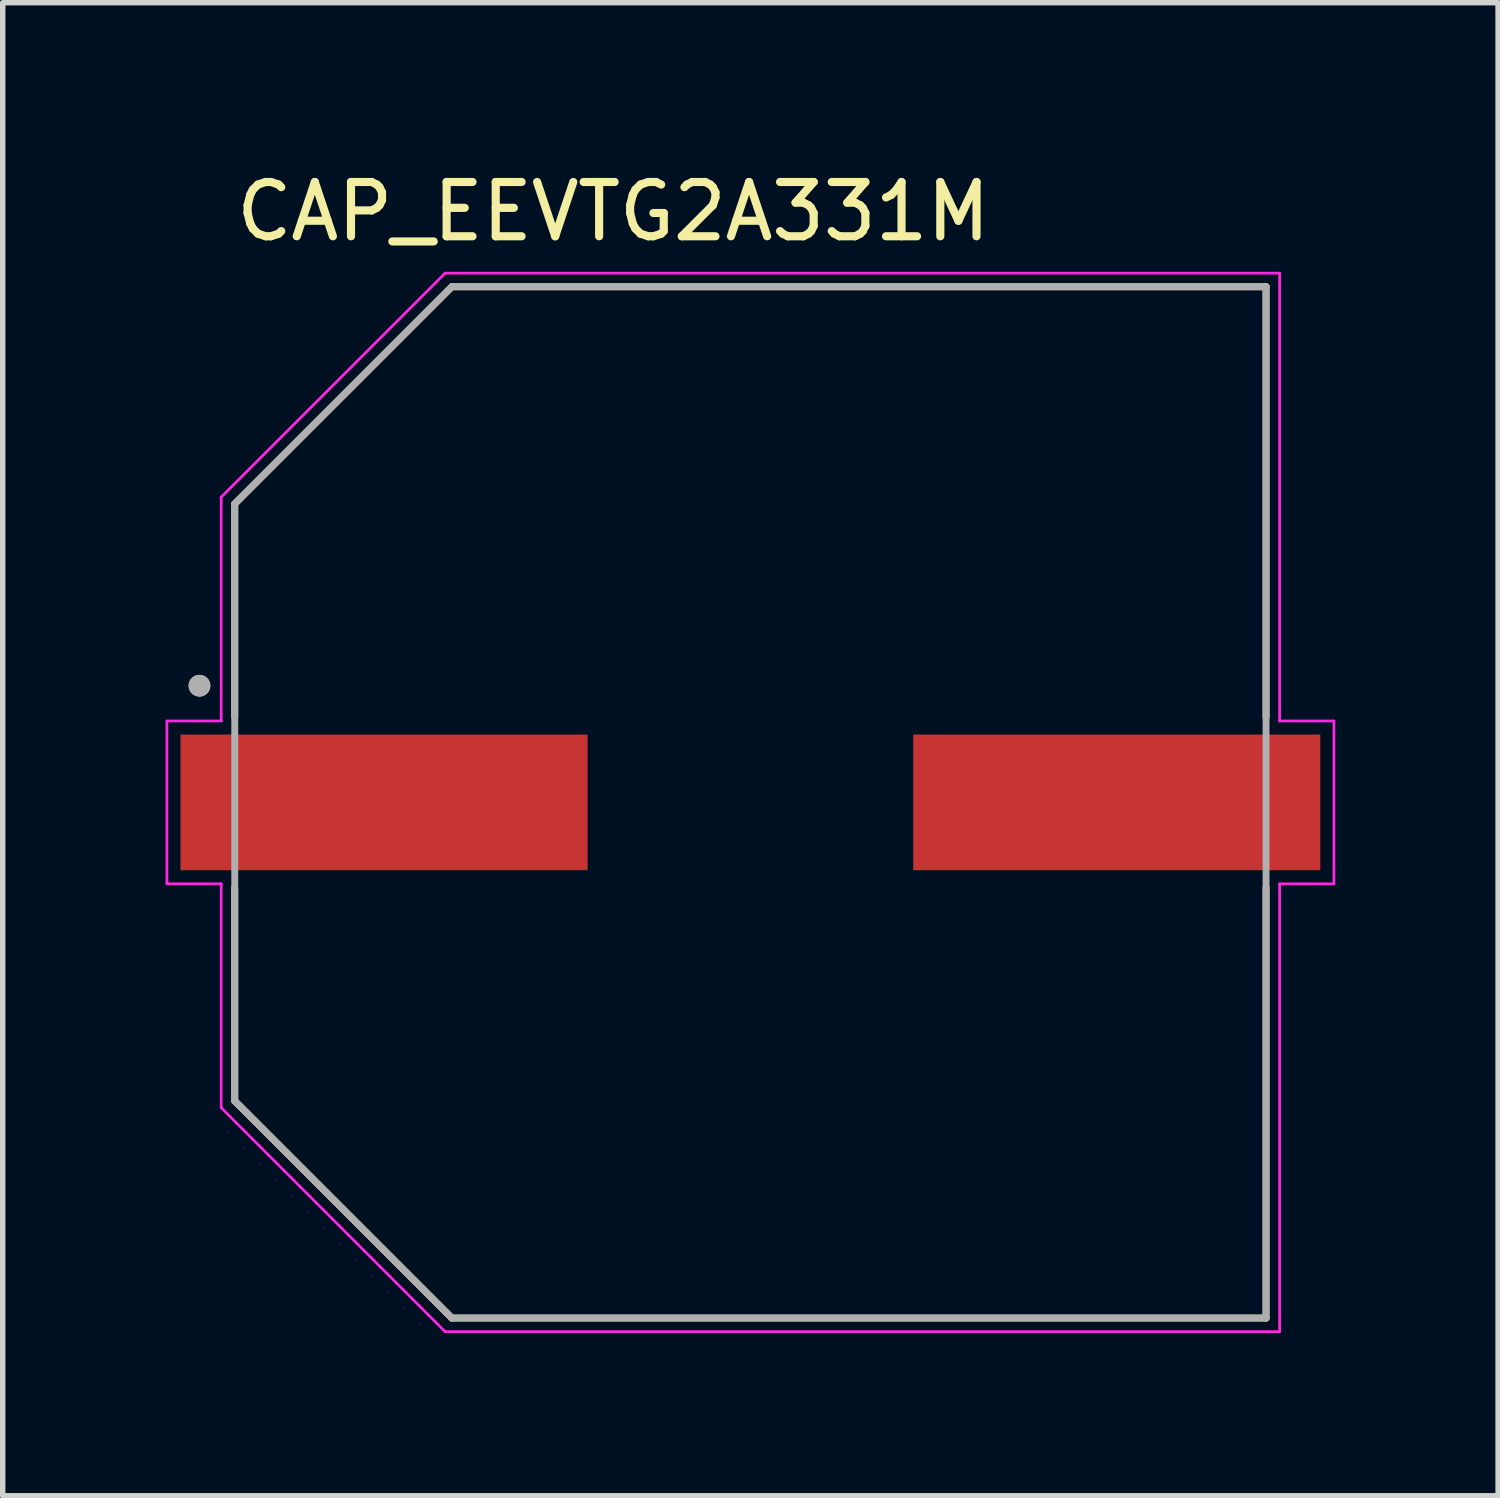
<source format=kicad_pcb>
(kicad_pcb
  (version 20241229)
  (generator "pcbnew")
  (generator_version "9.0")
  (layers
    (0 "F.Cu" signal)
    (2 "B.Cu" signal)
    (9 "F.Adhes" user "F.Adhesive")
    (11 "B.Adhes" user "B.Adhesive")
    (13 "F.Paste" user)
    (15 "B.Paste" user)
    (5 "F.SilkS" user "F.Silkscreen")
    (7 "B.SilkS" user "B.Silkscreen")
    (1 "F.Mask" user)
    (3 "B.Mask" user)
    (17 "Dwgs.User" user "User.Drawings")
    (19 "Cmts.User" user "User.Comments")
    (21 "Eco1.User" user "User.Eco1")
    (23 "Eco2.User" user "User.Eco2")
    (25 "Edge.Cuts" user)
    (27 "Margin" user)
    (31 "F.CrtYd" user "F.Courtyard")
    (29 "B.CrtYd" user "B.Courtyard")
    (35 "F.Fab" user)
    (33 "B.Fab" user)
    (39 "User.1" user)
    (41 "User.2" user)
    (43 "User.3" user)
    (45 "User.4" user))
  (footprint "CAP_EEVTG2A331M"
    (layer "F.Cu")
    (at 10.775 11.733)
    (property "Reference" "CAP_EEVTG2A331M" (at -2.525 -10.885 0) (layer "F.SilkS") (effects (font (size 1 1) (thickness 0.15))))
    (attr smd)
    (fp_line (start -9.5 -5.5) (end -9.5 -1.57) (stroke (width 0.127) (type solid)) (layer "F.SilkS"))
    (fp_line (start -9.5 1.57) (end -9.5 5.5) (stroke (width 0.127) (type solid)) (layer "F.SilkS"))
    (fp_line (start -9.5 5.5) (end -5.5 9.5) (stroke (width 0.127) (type solid)) (layer "F.SilkS"))
    (fp_line (start -5.5 -9.5) (end -9.5 -5.5) (stroke (width 0.127) (type solid)) (layer "F.SilkS"))
    (fp_line (start -5.5 9.5) (end 9.5 9.5) (stroke (width 0.127) (type solid)) (layer "F.SilkS"))
    (fp_line (start 9.5 -9.5) (end -5.5 -9.5) (stroke (width 0.127) (type solid)) (layer "F.SilkS"))
    (fp_line (start 9.5 -1.57) (end 9.5 -9.5) (stroke (width 0.127) (type solid)) (layer "F.SilkS"))
    (fp_line (start 9.5 9.5) (end 9.5 1.57) (stroke (width 0.127) (type solid)) (layer "F.SilkS"))
    (fp_circle (center -10.15 -2.15) (end -10.05 -2.15) (stroke (width 0.2) (type solid)) (fill no) (layer "F.SilkS"))
    (fp_line (start -10.75 -1.5) (end -9.75 -1.5) (stroke (width 0.05) (type solid)) (layer "F.CrtYd"))
    (fp_line (start -10.75 1.5) (end -10.75 -1.5) (stroke (width 0.05) (type solid)) (layer "F.CrtYd"))
    (fp_line (start -9.75 -5.625) (end -5.625 -9.75) (stroke (width 0.05) (type solid)) (layer "F.CrtYd"))
    (fp_line (start -9.75 -1.5) (end -9.75 -5.625) (stroke (width 0.05) (type solid)) (layer "F.CrtYd"))
    (fp_line (start -9.75 1.5) (end -10.75 1.5) (stroke (width 0.05) (type solid)) (layer "F.CrtYd"))
    (fp_line (start -9.75 5.625) (end -9.75 1.5) (stroke (width 0.05) (type solid)) (layer "F.CrtYd"))
    (fp_line (start -5.625 -9.75) (end 9.75 -9.75) (stroke (width 0.05) (type solid)) (layer "F.CrtYd"))
    (fp_line (start -5.625 9.75) (end -9.75 5.625) (stroke (width 0.05) (type solid)) (layer "F.CrtYd"))
    (fp_line (start 9.75 -9.75) (end 9.75 -1.5) (stroke (width 0.05) (type solid)) (layer "F.CrtYd"))
    (fp_line (start 9.75 -1.5) (end 10.75 -1.5) (stroke (width 0.05) (type solid)) (layer "F.CrtYd"))
    (fp_line (start 9.75 1.5) (end 9.75 9.75) (stroke (width 0.05) (type solid)) (layer "F.CrtYd"))
    (fp_line (start 9.75 9.75) (end -5.625 9.75) (stroke (width 0.05) (type solid)) (layer "F.CrtYd"))
    (fp_line (start 10.75 -1.5) (end 10.75 1.5) (stroke (width 0.05) (type solid)) (layer "F.CrtYd"))
    (fp_line (start 10.75 1.5) (end 9.75 1.5) (stroke (width 0.05) (type solid)) (layer "F.CrtYd"))
    (fp_line (start -9.5 -5.5) (end -9.5 5.5) (stroke (width 0.127) (type solid)) (layer "F.Fab"))
    (fp_line (start -9.5 5.5) (end -5.5 9.5) (stroke (width 0.127) (type solid)) (layer "F.Fab"))
    (fp_line (start -5.5 -9.5) (end -9.5 -5.5) (stroke (width 0.127) (type solid)) (layer "F.Fab"))
    (fp_line (start -5.5 9.5) (end 9.5 9.5) (stroke (width 0.127) (type solid)) (layer "F.Fab"))
    (fp_line (start 9.5 -9.5) (end -5.5 -9.5) (stroke (width 0.127) (type solid)) (layer "F.Fab"))
    (fp_line (start 9.5 9.5) (end 9.5 -9.5) (stroke (width 0.127) (type solid)) (layer "F.Fab"))
    (fp_circle (center -10.15 -2.15) (end -10.05 -2.15) (stroke (width 0.2) (type solid)) (fill no) (layer "F.Fab"))
    (pad "1" smd rect (at -6.75 0) (size 7.5 2.5) (layers "F.Cu" "F.Mask" "F.Paste"))
    (pad "2" smd rect (at 6.75 0) (size 7.5 2.5) (layers "F.Cu" "F.Mask" "F.Paste")))
  (gr_rect
    (start -3 -3)
    (end 24.55 24.508)
    (stroke (width 0.1) (type default))
    (fill no)
    (layer "Edge.Cuts")))
</source>
